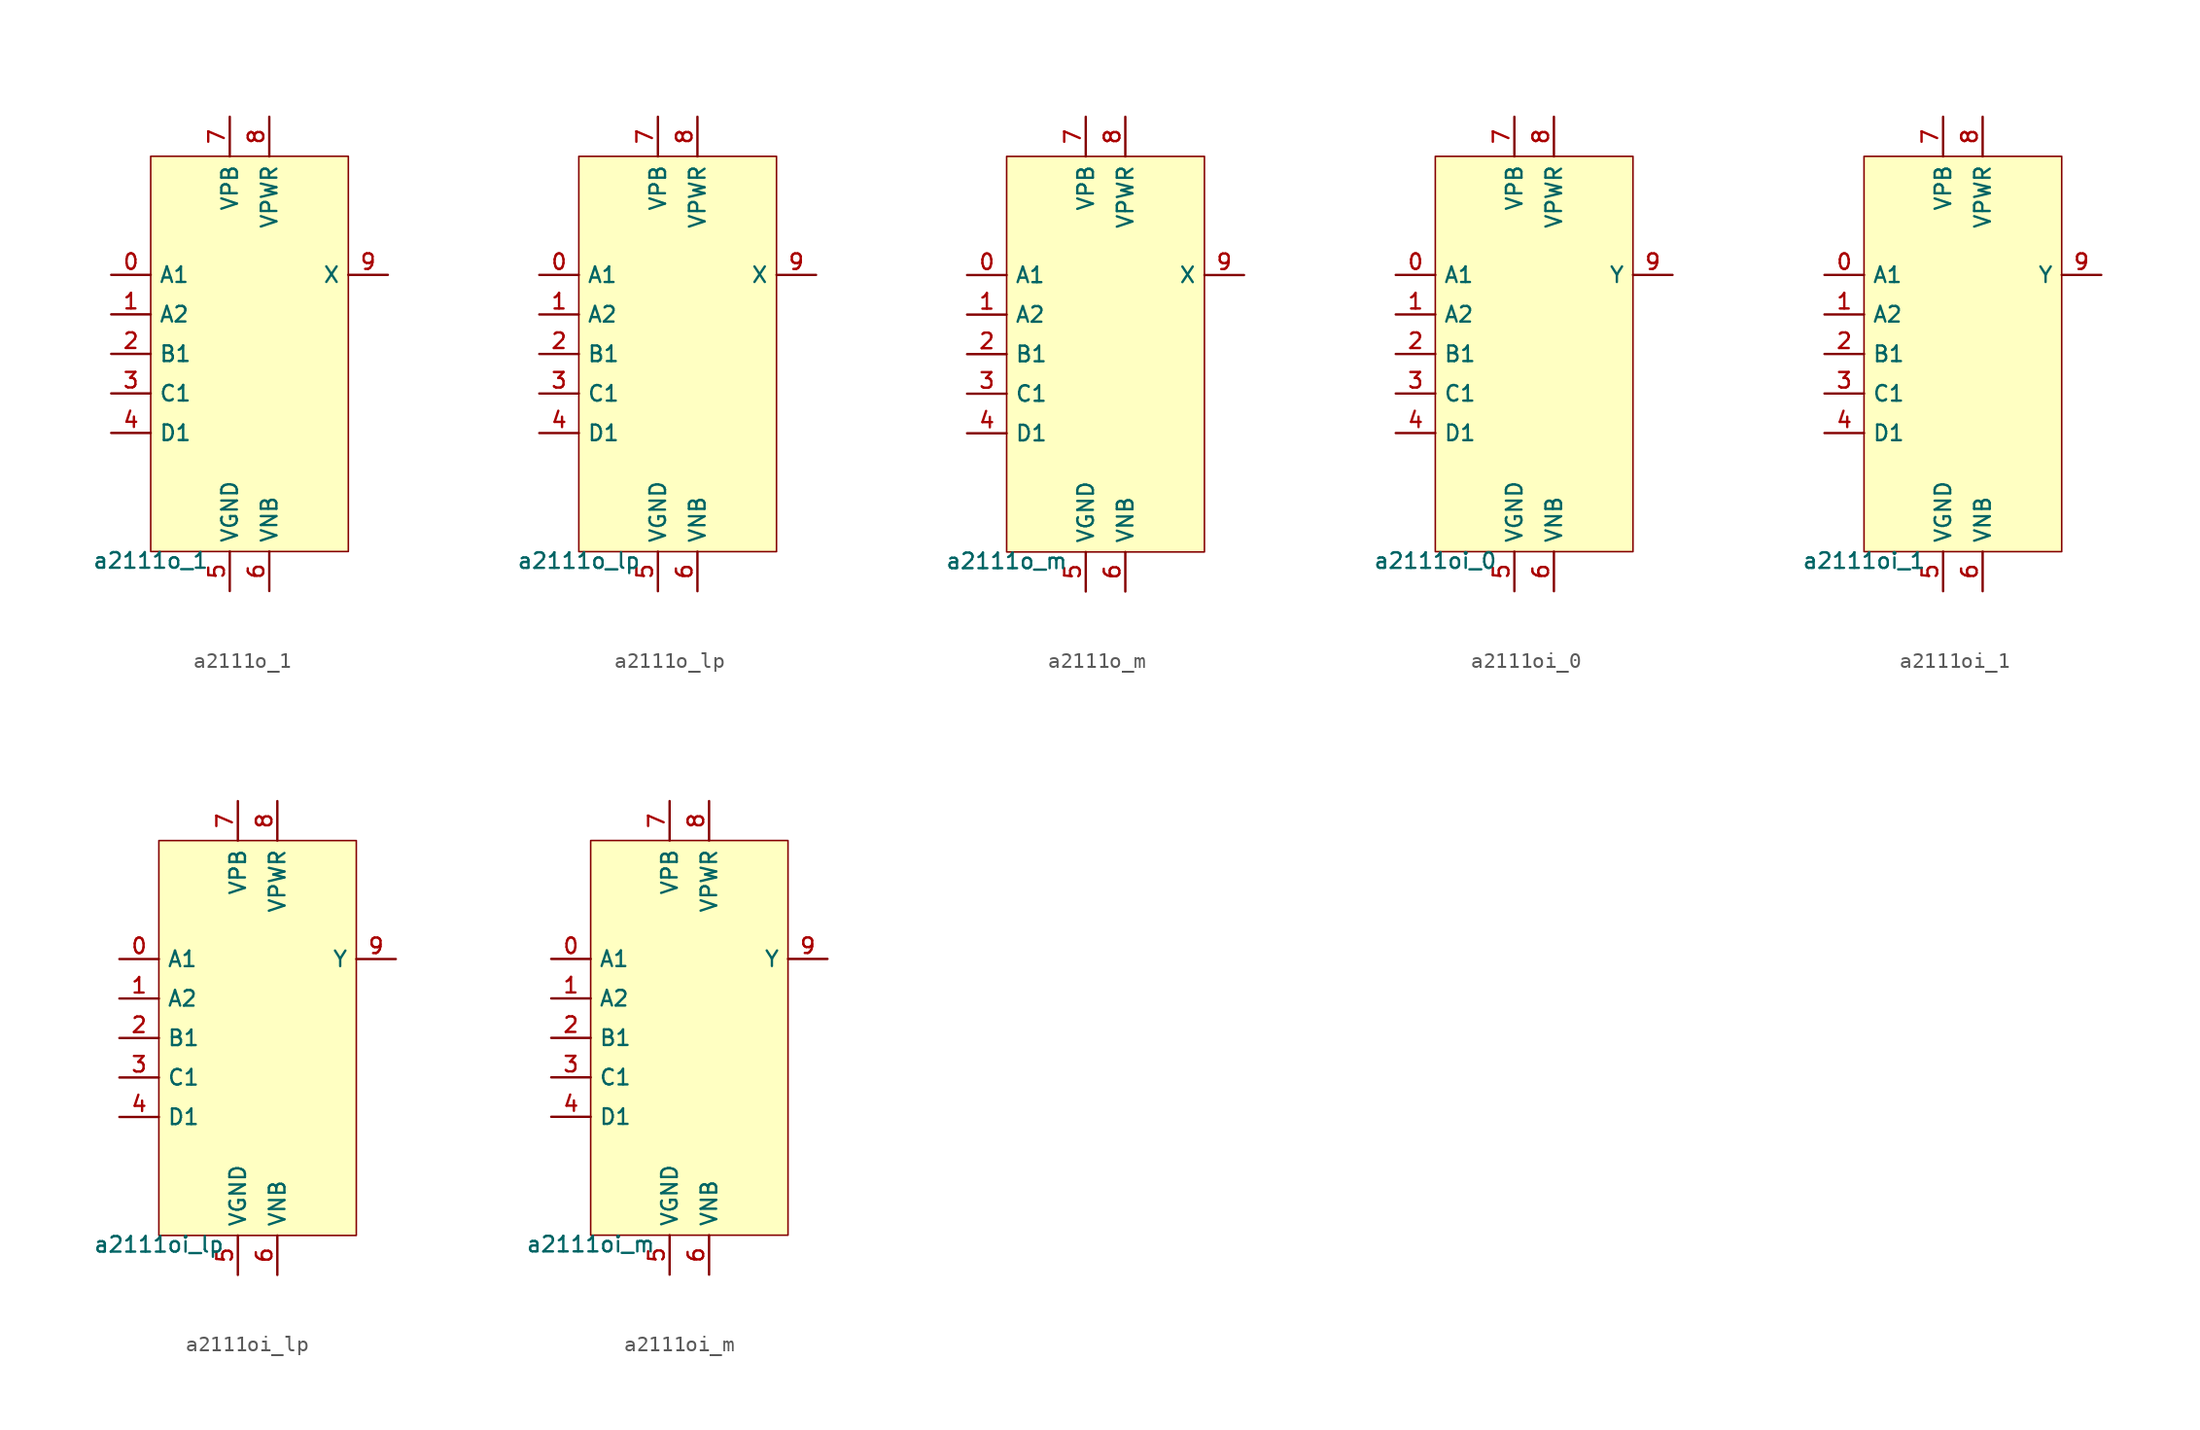
<source format=kicad_sym>
(kicad_symbol_lib
  (version 20211014)
  (generator pdk2kicad)
  (symbol "a2111o_1"
    (property "Reference" "X"
      (at 0 0 0)
      (effects (font (size 1 1)) hide))
    (property "Value" "a2111o_1"
      (at -6.35 -12.7 0)
      (effects (font (size 1 1)) (justify top)))
    (rectangle
      (start -6.35 -12.7)
      (end 6.35 12.7)
      (stroke (width 0.1) (type solid) (color 0 0 0 0))
      (fill (type background)))
    (pin input line
      (at -8.89 5.08 0)
      (length 2.54)
      (name "A1" (effects (font (size 1 1)) hide))
      (number "0" (effects (font (size 1 1)) hide)))
    (pin input line
      (at -8.89 2.54 0)
      (length 2.54)
      (name "A2" (effects (font (size 1 1)) hide))
      (number "1" (effects (font (size 1 1)) hide)))
    (pin input line
      (at -8.89 -8.881784197001252e-16 0)
      (length 2.54)
      (name "B1" (effects (font (size 1 1)) hide))
      (number "2" (effects (font (size 1 1)) hide)))
    (pin input line
      (at -8.89 -2.54 0)
      (length 2.54)
      (name "C1" (effects (font (size 1 1)) hide))
      (number "3" (effects (font (size 1 1)) hide)))
    (pin input line
      (at -8.89 -5.08 0)
      (length 2.54)
      (name "D1" (effects (font (size 1 1)) hide))
      (number "4" (effects (font (size 1 1)) hide)))
    (pin power_in line
      (at -1.27 -15.24 90)
      (length 2.54)
      (name "VGND" (effects (font (size 1 1)) hide))
      (number "5" (effects (font (size 1 1)) hide)))
    (pin power_in line
      (at 1.27 -15.24 90)
      (length 2.54)
      (name "VNB" (effects (font (size 1 1)) hide))
      (number "6" (effects (font (size 1 1)) hide)))
    (pin power_in line
      (at -1.27 15.24 270)
      (length 2.54)
      (name "VPB" (effects (font (size 1 1)) hide))
      (number "7" (effects (font (size 1 1)) hide)))
    (pin power_in line
      (at 1.27 15.24 270)
      (length 2.54)
      (name "VPWR" (effects (font (size 1 1)) hide))
      (number "8" (effects (font (size 1 1)) hide)))
    (pin output line
      (at 8.89 5.08 180)
      (length 2.54)
      (name "X" (effects (font (size 1 1)) hide))
      (number "9" (effects (font (size 1 1)) hide))))
  (symbol "a2111o_lp"
    (property "Reference" "X"
      (at 0 0 0)
      (effects (font (size 1 1)) hide))
    (property "Value" "a2111o_lp"
      (at -6.35 -12.7 0)
      (effects (font (size 1 1)) (justify top)))
    (rectangle
      (start -6.35 -12.7)
      (end 6.35 12.7)
      (stroke (width 0.1) (type solid) (color 0 0 0 0))
      (fill (type background)))
    (pin input line
      (at -8.89 5.08 0)
      (length 2.54)
      (name "A1" (effects (font (size 1 1)) hide))
      (number "0" (effects (font (size 1 1)) hide)))
    (pin input line
      (at -8.89 2.54 0)
      (length 2.54)
      (name "A2" (effects (font (size 1 1)) hide))
      (number "1" (effects (font (size 1 1)) hide)))
    (pin input line
      (at -8.89 -8.881784197001252e-16 0)
      (length 2.54)
      (name "B1" (effects (font (size 1 1)) hide))
      (number "2" (effects (font (size 1 1)) hide)))
    (pin input line
      (at -8.89 -2.54 0)
      (length 2.54)
      (name "C1" (effects (font (size 1 1)) hide))
      (number "3" (effects (font (size 1 1)) hide)))
    (pin input line
      (at -8.89 -5.08 0)
      (length 2.54)
      (name "D1" (effects (font (size 1 1)) hide))
      (number "4" (effects (font (size 1 1)) hide)))
    (pin power_in line
      (at -1.27 -15.24 90)
      (length 2.54)
      (name "VGND" (effects (font (size 1 1)) hide))
      (number "5" (effects (font (size 1 1)) hide)))
    (pin power_in line
      (at 1.27 -15.24 90)
      (length 2.54)
      (name "VNB" (effects (font (size 1 1)) hide))
      (number "6" (effects (font (size 1 1)) hide)))
    (pin power_in line
      (at -1.27 15.24 270)
      (length 2.54)
      (name "VPB" (effects (font (size 1 1)) hide))
      (number "7" (effects (font (size 1 1)) hide)))
    (pin power_in line
      (at 1.27 15.24 270)
      (length 2.54)
      (name "VPWR" (effects (font (size 1 1)) hide))
      (number "8" (effects (font (size 1 1)) hide)))
    (pin output line
      (at 8.89 5.08 180)
      (length 2.54)
      (name "X" (effects (font (size 1 1)) hide))
      (number "9" (effects (font (size 1 1)) hide))))
  (symbol "a2111o_m"
    (property "Reference" "X"
      (at 0 0 0)
      (effects (font (size 1 1)) hide))
    (property "Value" "a2111o_m"
      (at -6.35 -12.7 0)
      (effects (font (size 1 1)) (justify top)))
    (rectangle
      (start -6.35 -12.7)
      (end 6.35 12.7)
      (stroke (width 0.1) (type solid) (color 0 0 0 0))
      (fill (type background)))
    (pin input line
      (at -8.89 5.08 0)
      (length 2.54)
      (name "A1" (effects (font (size 1 1)) hide))
      (number "0" (effects (font (size 1 1)) hide)))
    (pin input line
      (at -8.89 2.54 0)
      (length 2.54)
      (name "A2" (effects (font (size 1 1)) hide))
      (number "1" (effects (font (size 1 1)) hide)))
    (pin input line
      (at -8.89 -8.881784197001252e-16 0)
      (length 2.54)
      (name "B1" (effects (font (size 1 1)) hide))
      (number "2" (effects (font (size 1 1)) hide)))
    (pin input line
      (at -8.89 -2.54 0)
      (length 2.54)
      (name "C1" (effects (font (size 1 1)) hide))
      (number "3" (effects (font (size 1 1)) hide)))
    (pin input line
      (at -8.89 -5.08 0)
      (length 2.54)
      (name "D1" (effects (font (size 1 1)) hide))
      (number "4" (effects (font (size 1 1)) hide)))
    (pin power_in line
      (at -1.27 -15.24 90)
      (length 2.54)
      (name "VGND" (effects (font (size 1 1)) hide))
      (number "5" (effects (font (size 1 1)) hide)))
    (pin power_in line
      (at 1.27 -15.24 90)
      (length 2.54)
      (name "VNB" (effects (font (size 1 1)) hide))
      (number "6" (effects (font (size 1 1)) hide)))
    (pin power_in line
      (at -1.27 15.24 270)
      (length 2.54)
      (name "VPB" (effects (font (size 1 1)) hide))
      (number "7" (effects (font (size 1 1)) hide)))
    (pin power_in line
      (at 1.27 15.24 270)
      (length 2.54)
      (name "VPWR" (effects (font (size 1 1)) hide))
      (number "8" (effects (font (size 1 1)) hide)))
    (pin output line
      (at 8.89 5.08 180)
      (length 2.54)
      (name "X" (effects (font (size 1 1)) hide))
      (number "9" (effects (font (size 1 1)) hide))))
  (symbol "a2111oi_0"
    (property "Reference" "X"
      (at 0 0 0)
      (effects (font (size 1 1)) hide))
    (property "Value" "a2111oi_0"
      (at -6.35 -12.7 0)
      (effects (font (size 1 1)) (justify top)))
    (rectangle
      (start -6.35 -12.7)
      (end 6.35 12.7)
      (stroke (width 0.1) (type solid) (color 0 0 0 0))
      (fill (type background)))
    (pin input line
      (at -8.89 5.08 0)
      (length 2.54)
      (name "A1" (effects (font (size 1 1)) hide))
      (number "0" (effects (font (size 1 1)) hide)))
    (pin input line
      (at -8.89 2.54 0)
      (length 2.54)
      (name "A2" (effects (font (size 1 1)) hide))
      (number "1" (effects (font (size 1 1)) hide)))
    (pin input line
      (at -8.89 -8.881784197001252e-16 0)
      (length 2.54)
      (name "B1" (effects (font (size 1 1)) hide))
      (number "2" (effects (font (size 1 1)) hide)))
    (pin input line
      (at -8.89 -2.54 0)
      (length 2.54)
      (name "C1" (effects (font (size 1 1)) hide))
      (number "3" (effects (font (size 1 1)) hide)))
    (pin input line
      (at -8.89 -5.08 0)
      (length 2.54)
      (name "D1" (effects (font (size 1 1)) hide))
      (number "4" (effects (font (size 1 1)) hide)))
    (pin power_in line
      (at -1.27 -15.24 90)
      (length 2.54)
      (name "VGND" (effects (font (size 1 1)) hide))
      (number "5" (effects (font (size 1 1)) hide)))
    (pin power_in line
      (at 1.27 -15.24 90)
      (length 2.54)
      (name "VNB" (effects (font (size 1 1)) hide))
      (number "6" (effects (font (size 1 1)) hide)))
    (pin power_in line
      (at -1.27 15.24 270)
      (length 2.54)
      (name "VPB" (effects (font (size 1 1)) hide))
      (number "7" (effects (font (size 1 1)) hide)))
    (pin power_in line
      (at 1.27 15.24 270)
      (length 2.54)
      (name "VPWR" (effects (font (size 1 1)) hide))
      (number "8" (effects (font (size 1 1)) hide)))
    (pin output line
      (at 8.89 5.08 180)
      (length 2.54)
      (name "Y" (effects (font (size 1 1)) hide))
      (number "9" (effects (font (size 1 1)) hide))))
  (symbol "a2111oi_1"
    (property "Reference" "X"
      (at 0 0 0)
      (effects (font (size 1 1)) hide))
    (property "Value" "a2111oi_1"
      (at -6.35 -12.7 0)
      (effects (font (size 1 1)) (justify top)))
    (rectangle
      (start -6.35 -12.7)
      (end 6.35 12.7)
      (stroke (width 0.1) (type solid) (color 0 0 0 0))
      (fill (type background)))
    (pin input line
      (at -8.89 5.08 0)
      (length 2.54)
      (name "A1" (effects (font (size 1 1)) hide))
      (number "0" (effects (font (size 1 1)) hide)))
    (pin input line
      (at -8.89 2.54 0)
      (length 2.54)
      (name "A2" (effects (font (size 1 1)) hide))
      (number "1" (effects (font (size 1 1)) hide)))
    (pin input line
      (at -8.89 -8.881784197001252e-16 0)
      (length 2.54)
      (name "B1" (effects (font (size 1 1)) hide))
      (number "2" (effects (font (size 1 1)) hide)))
    (pin input line
      (at -8.89 -2.54 0)
      (length 2.54)
      (name "C1" (effects (font (size 1 1)) hide))
      (number "3" (effects (font (size 1 1)) hide)))
    (pin input line
      (at -8.89 -5.08 0)
      (length 2.54)
      (name "D1" (effects (font (size 1 1)) hide))
      (number "4" (effects (font (size 1 1)) hide)))
    (pin power_in line
      (at -1.27 -15.24 90)
      (length 2.54)
      (name "VGND" (effects (font (size 1 1)) hide))
      (number "5" (effects (font (size 1 1)) hide)))
    (pin power_in line
      (at 1.27 -15.24 90)
      (length 2.54)
      (name "VNB" (effects (font (size 1 1)) hide))
      (number "6" (effects (font (size 1 1)) hide)))
    (pin power_in line
      (at -1.27 15.24 270)
      (length 2.54)
      (name "VPB" (effects (font (size 1 1)) hide))
      (number "7" (effects (font (size 1 1)) hide)))
    (pin power_in line
      (at 1.27 15.24 270)
      (length 2.54)
      (name "VPWR" (effects (font (size 1 1)) hide))
      (number "8" (effects (font (size 1 1)) hide)))
    (pin output line
      (at 8.89 5.08 180)
      (length 2.54)
      (name "Y" (effects (font (size 1 1)) hide))
      (number "9" (effects (font (size 1 1)) hide))))
  (symbol "a2111oi_lp"
    (property "Reference" "X"
      (at 0 0 0)
      (effects (font (size 1 1)) hide))
    (property "Value" "a2111oi_lp"
      (at -6.35 -12.7 0)
      (effects (font (size 1 1)) (justify top)))
    (rectangle
      (start -6.35 -12.7)
      (end 6.35 12.7)
      (stroke (width 0.1) (type solid) (color 0 0 0 0))
      (fill (type background)))
    (pin input line
      (at -8.89 5.08 0)
      (length 2.54)
      (name "A1" (effects (font (size 1 1)) hide))
      (number "0" (effects (font (size 1 1)) hide)))
    (pin input line
      (at -8.89 2.54 0)
      (length 2.54)
      (name "A2" (effects (font (size 1 1)) hide))
      (number "1" (effects (font (size 1 1)) hide)))
    (pin input line
      (at -8.89 -8.881784197001252e-16 0)
      (length 2.54)
      (name "B1" (effects (font (size 1 1)) hide))
      (number "2" (effects (font (size 1 1)) hide)))
    (pin input line
      (at -8.89 -2.54 0)
      (length 2.54)
      (name "C1" (effects (font (size 1 1)) hide))
      (number "3" (effects (font (size 1 1)) hide)))
    (pin input line
      (at -8.89 -5.08 0)
      (length 2.54)
      (name "D1" (effects (font (size 1 1)) hide))
      (number "4" (effects (font (size 1 1)) hide)))
    (pin power_in line
      (at -1.27 -15.24 90)
      (length 2.54)
      (name "VGND" (effects (font (size 1 1)) hide))
      (number "5" (effects (font (size 1 1)) hide)))
    (pin power_in line
      (at 1.27 -15.24 90)
      (length 2.54)
      (name "VNB" (effects (font (size 1 1)) hide))
      (number "6" (effects (font (size 1 1)) hide)))
    (pin power_in line
      (at -1.27 15.24 270)
      (length 2.54)
      (name "VPB" (effects (font (size 1 1)) hide))
      (number "7" (effects (font (size 1 1)) hide)))
    (pin power_in line
      (at 1.27 15.24 270)
      (length 2.54)
      (name "VPWR" (effects (font (size 1 1)) hide))
      (number "8" (effects (font (size 1 1)) hide)))
    (pin output line
      (at 8.89 5.08 180)
      (length 2.54)
      (name "Y" (effects (font (size 1 1)) hide))
      (number "9" (effects (font (size 1 1)) hide))))
  (symbol "a2111oi_m"
    (property "Reference" "X"
      (at 0 0 0)
      (effects (font (size 1 1)) hide))
    (property "Value" "a2111oi_m"
      (at -6.35 -12.7 0)
      (effects (font (size 1 1)) (justify top)))
    (rectangle
      (start -6.35 -12.7)
      (end 6.35 12.7)
      (stroke (width 0.1) (type solid) (color 0 0 0 0))
      (fill (type background)))
    (pin input line
      (at -8.89 5.08 0)
      (length 2.54)
      (name "A1" (effects (font (size 1 1)) hide))
      (number "0" (effects (font (size 1 1)) hide)))
    (pin input line
      (at -8.89 2.54 0)
      (length 2.54)
      (name "A2" (effects (font (size 1 1)) hide))
      (number "1" (effects (font (size 1 1)) hide)))
    (pin input line
      (at -8.89 -8.881784197001252e-16 0)
      (length 2.54)
      (name "B1" (effects (font (size 1 1)) hide))
      (number "2" (effects (font (size 1 1)) hide)))
    (pin input line
      (at -8.89 -2.54 0)
      (length 2.54)
      (name "C1" (effects (font (size 1 1)) hide))
      (number "3" (effects (font (size 1 1)) hide)))
    (pin input line
      (at -8.89 -5.08 0)
      (length 2.54)
      (name "D1" (effects (font (size 1 1)) hide))
      (number "4" (effects (font (size 1 1)) hide)))
    (pin power_in line
      (at -1.27 -15.24 90)
      (length 2.54)
      (name "VGND" (effects (font (size 1 1)) hide))
      (number "5" (effects (font (size 1 1)) hide)))
    (pin power_in line
      (at 1.27 -15.24 90)
      (length 2.54)
      (name "VNB" (effects (font (size 1 1)) hide))
      (number "6" (effects (font (size 1 1)) hide)))
    (pin power_in line
      (at -1.27 15.24 270)
      (length 2.54)
      (name "VPB" (effects (font (size 1 1)) hide))
      (number "7" (effects (font (size 1 1)) hide)))
    (pin power_in line
      (at 1.27 15.24 270)
      (length 2.54)
      (name "VPWR" (effects (font (size 1 1)) hide))
      (number "8" (effects (font (size 1 1)) hide)))
    (pin output line
      (at 8.89 5.08 180)
      (length 2.54)
      (name "Y" (effects (font (size 1 1)) hide))
      (number "9" (effects (font (size 1 1)) hide)))))
</source>
